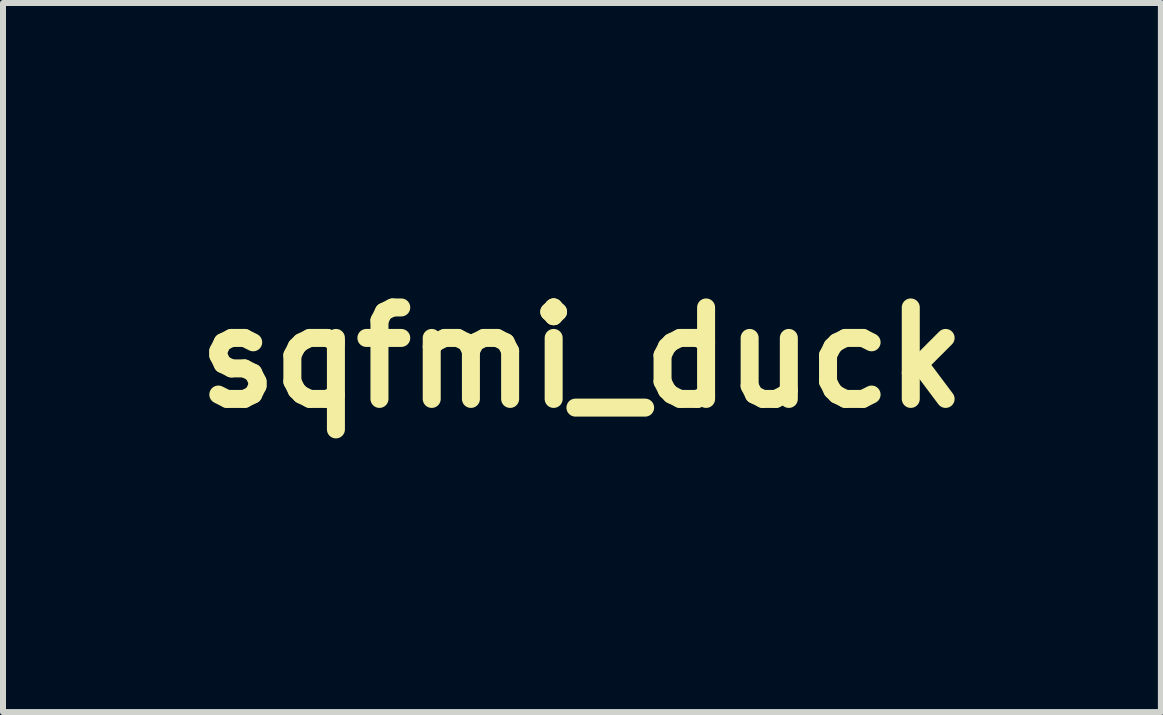
<source format=kicad_pcb>
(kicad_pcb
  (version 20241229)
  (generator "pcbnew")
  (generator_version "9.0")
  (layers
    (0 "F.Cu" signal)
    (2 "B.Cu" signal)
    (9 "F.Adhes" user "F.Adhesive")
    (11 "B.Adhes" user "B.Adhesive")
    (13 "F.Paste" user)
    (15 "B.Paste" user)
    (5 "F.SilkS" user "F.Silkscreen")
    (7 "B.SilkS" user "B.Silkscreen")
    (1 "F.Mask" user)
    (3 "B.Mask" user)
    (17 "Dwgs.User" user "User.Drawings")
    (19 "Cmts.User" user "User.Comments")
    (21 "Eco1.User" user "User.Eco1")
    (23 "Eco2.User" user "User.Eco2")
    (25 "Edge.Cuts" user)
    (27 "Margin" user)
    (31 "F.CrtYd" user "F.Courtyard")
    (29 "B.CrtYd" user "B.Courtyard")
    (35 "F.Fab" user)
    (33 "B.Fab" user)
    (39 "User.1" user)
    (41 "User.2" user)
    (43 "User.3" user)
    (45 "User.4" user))
  (footprint "sqfmi_duck"
    (layer "F.Cu")
    (at 6.648 2.908)
    (property "Reference" "sqfmi_duck" (at 0 0 0) (layer "F.SilkS") (effects (font (size 1.524 1.524) (thickness 0.3))))
    (attr through_hole)
    (fp_poly (pts (xy -2.359 0.907) (xy -2.359 -0.181) (xy -2.177 -0.181) (xy -2.177 0.907) (xy -2.359 0.907)) (stroke (width 0.01) (type solid)) (fill yes) (layer "F.Mask"))
    (fp_poly (pts (xy -2.177 -0.544) (xy -1.996 -0.544) (xy -1.996 -0.181) (xy -2.177 -0.181) (xy -2.177 -0.544)) (stroke (width 0.01) (type solid)) (fill yes) (layer "F.Mask"))
    (fp_poly (pts (xy -2.177 1.089) (xy -2.177 0.907) (xy -1.996 0.907) (xy -1.996 1.089) (xy -2.177 1.089)) (stroke (width 0.01) (type solid)) (fill yes) (layer "F.Mask"))
    (fp_poly (pts (xy -1.996 -0.726) (xy -1.814 -0.726) (xy -1.814 -0.544) (xy -1.996 -0.544) (xy -1.996 -0.726)) (stroke (width 0.01) (type solid)) (fill yes) (layer "F.Mask"))
    (fp_poly (pts (xy -1.996 1.27) (xy -1.996 1.089) (xy -1.814 1.089) (xy -1.814 1.27) (xy -1.996 1.27)) (stroke (width 0.01) (type solid)) (fill yes) (layer "F.Mask"))
    (fp_poly (pts (xy -1.814 -1.633) (xy -1.633 -1.633) (xy -1.633 -0.726) (xy -1.814 -0.726) (xy -1.814 -1.633)) (stroke (width 0.01) (type solid)) (fill yes) (layer "F.Mask"))
    (fp_poly (pts (xy -1.814 1.451) (xy -1.814 1.27) (xy -1.633 1.27) (xy -1.633 1.451) (xy -1.814 1.451)) (stroke (width 0.01) (type solid)) (fill yes) (layer "F.Mask"))
    (fp_poly (pts (xy -1.633 -2.177) (xy -1.451 -2.177) (xy -1.451 -1.633) (xy -1.633 -1.633) (xy -1.633 -2.177)) (stroke (width 0.01) (type solid)) (fill yes) (layer "F.Mask"))
    (fp_poly (pts (xy -1.451 -2.359) (xy -1.27 -2.359) (xy -1.27 -2.177) (xy -1.451 -2.177) (xy -1.451 -2.359)) (stroke (width 0.01) (type solid)) (fill yes) (layer "F.Mask"))
    (fp_poly (pts (xy -1.27 -2.54) (xy -1.089 -2.54) (xy -1.089 -2.359) (xy -1.27 -2.359) (xy -1.27 -2.54)) (stroke (width 0.01) (type solid)) (fill yes) (layer "F.Mask"))
    (fp_poly (pts (xy -1.089 -2.721) (xy -0.907 -2.721) (xy -0.907 -2.54) (xy -1.089 -2.54) (xy -1.089 -2.721)) (stroke (width 0.01) (type solid)) (fill yes) (layer "F.Mask"))
    (fp_poly (pts (xy -0.907 -2.903) (xy 0.907 -2.903) (xy 0.907 -2.721) (xy -0.907 -2.721) (xy -0.907 -2.903)) (stroke (width 0.01) (type solid)) (fill yes) (layer "F.Mask"))
    (fp_poly (pts (xy -0.907 0) (xy -0.726 0) (xy -0.726 0.544) (xy -0.907 0.544) (xy -0.907 0)) (stroke (width 0.01) (type solid)) (fill yes) (layer "F.Mask"))
    (fp_poly (pts (xy -0.907 1.27) (xy -1.089 1.27) (xy -1.089 0.544) (xy -0.907 0.544) (xy -0.907 1.27)) (stroke (width 0.01) (type solid)) (fill yes) (layer "F.Mask"))
    (fp_poly (pts (xy -0.907 2.721) (xy -0.907 2.54) (xy -0.726 2.54) (xy -0.726 2.721) (xy -0.907 2.721)) (stroke (width 0.01) (type solid)) (fill yes) (layer "F.Mask"))
    (fp_poly (pts (xy -0.726 -0.181) (xy -0.544 -0.181) (xy -0.544 0) (xy -0.726 0) (xy -0.726 -0.181)) (stroke (width 0.01) (type solid)) (fill yes) (layer "F.Mask"))
    (fp_poly (pts (xy -0.544 -0.363) (xy 0.544 -0.363) (xy 0.544 -0.181) (xy -0.544 -0.181) (xy -0.544 -0.363)) (stroke (width 0.01) (type solid)) (fill yes) (layer "F.Mask"))
    (fp_poly (pts (xy 0.544 0) (xy 0.544 -0.181) (xy 0.726 -0.181) (xy 0.726 0) (xy 0.544 0)) (stroke (width 0.01) (type solid)) (fill yes) (layer "F.Mask"))
    (fp_poly (pts (xy 0.726 0.544) (xy 0.726 0) (xy 0.907 0) (xy 0.907 0.544) (xy 0.726 0.544)) (stroke (width 0.01) (type solid)) (fill yes) (layer "F.Mask"))
    (fp_poly (pts (xy 0.726 2.903) (xy -0.726 2.903) (xy -0.726 2.721) (xy 0.726 2.721) (xy 0.726 2.903)) (stroke (width 0.01) (type solid)) (fill yes) (layer "F.Mask"))
    (fp_poly (pts (xy 0.907 -2.54) (xy 0.907 -2.721) (xy 1.089 -2.721) (xy 1.089 -2.54) (xy 0.907 -2.54)) (stroke (width 0.01) (type solid)) (fill yes) (layer "F.Mask"))
    (fp_poly (pts (xy 0.907 2.721) (xy 0.726 2.721) (xy 0.726 2.54) (xy 0.907 2.54) (xy 0.907 2.721)) (stroke (width 0.01) (type solid)) (fill yes) (layer "F.Mask"))
    (fp_poly (pts (xy 1.089 0.544) (xy 1.089 1.27) (xy 0.907 1.27) (xy 0.907 0.544) (xy 1.089 0.544)) (stroke (width 0.01) (type solid)) (fill yes) (layer "F.Mask"))
    (fp_poly (pts (xy 1.089 2.54) (xy 0.907 2.54) (xy 0.907 2.359) (xy 1.089 2.359) (xy 1.089 2.54)) (stroke (width 0.01) (type solid)) (fill yes) (layer "F.Mask"))
    (fp_poly (pts (xy 1.27 -2.54) (xy 1.27 -2.359) (xy 1.089 -2.359) (xy 1.089 -2.54) (xy 1.27 -2.54)) (stroke (width 0.01) (type solid)) (fill yes) (layer "F.Mask"))
    (fp_poly (pts (xy 1.451 -2.359) (xy 1.451 -2.177) (xy 1.27 -2.177) (xy 1.27 -2.359) (xy 1.451 -2.359)) (stroke (width 0.01) (type solid)) (fill yes) (layer "F.Mask"))
    (fp_poly (pts (xy 1.633 -2.177) (xy 1.633 -1.633) (xy 1.451 -1.633) (xy 1.451 -2.177) (xy 1.633 -2.177)) (stroke (width 0.01) (type solid)) (fill yes) (layer "F.Mask"))
    (fp_poly (pts (xy 1.814 -1.633) (xy 1.814 -0.726) (xy 1.633 -0.726) (xy 1.633 -1.633) (xy 1.814 -1.633)) (stroke (width 0.01) (type solid)) (fill yes) (layer "F.Mask"))
    (fp_poly (pts (xy 1.814 1.451) (xy 1.633 1.451) (xy 1.633 1.27) (xy 1.814 1.27) (xy 1.814 1.451)) (stroke (width 0.01) (type solid)) (fill yes) (layer "F.Mask"))
    (fp_poly (pts (xy 1.996 -0.726) (xy 1.996 -0.544) (xy 1.814 -0.544) (xy 1.814 -0.726) (xy 1.996 -0.726)) (stroke (width 0.01) (type solid)) (fill yes) (layer "F.Mask"))
    (fp_poly (pts (xy 1.996 1.27) (xy 1.814 1.27) (xy 1.814 1.089) (xy 1.996 1.089) (xy 1.996 1.27)) (stroke (width 0.01) (type solid)) (fill yes) (layer "F.Mask"))
    (fp_poly (pts (xy 2.177 -0.544) (xy 2.177 -0.181) (xy 1.996 -0.181) (xy 1.996 -0.544) (xy 2.177 -0.544)) (stroke (width 0.01) (type solid)) (fill yes) (layer "F.Mask"))
    (fp_poly (pts (xy 2.177 1.089) (xy 1.996 1.089) (xy 1.996 0.907) (xy 2.177 0.907) (xy 2.177 1.089)) (stroke (width 0.01) (type solid)) (fill yes) (layer "F.Mask"))
    (fp_poly (pts (xy 2.359 -0.181) (xy 2.359 0.907) (xy 2.177 0.907) (xy 2.177 -0.181) (xy 2.359 -0.181)) (stroke (width 0.01) (type solid)) (fill yes) (layer "F.Mask"))
    (fp_poly (pts (xy -0.363 0.363) (xy -0.181 0.363) (xy -0.181 0.544) (xy -0.544 0.544) (xy -0.544 0.181) (xy -0.363 0.181) (xy -0.363 0.363)) (stroke (width 0.01) (type solid)) (fill yes) (layer "F.Mask"))
    (fp_poly (pts (xy 0.544 0.544) (xy 0.181 0.544) (xy 0.181 0.363) (xy 0.363 0.363) (xy 0.363 0.181) (xy 0.544 0.181) (xy 0.544 0.544)) (stroke (width 0.01) (type solid)) (fill yes) (layer "F.Mask"))
    (fp_poly (pts (xy -0.726 -1.089) (xy -0.544 -1.089) (xy -0.544 -0.726) (xy -0.907 -0.726) (xy -0.907 -0.907) (xy -1.089 -0.907) (xy -1.089 -1.27) (xy -0.726 -1.27) (xy -0.726 -1.089)) (stroke (width 0.01) (type solid)) (fill yes) (layer "F.Mask"))
    (fp_poly (pts (xy 1.089 -0.907) (xy 0.907 -0.907) (xy 0.907 -0.726) (xy 0.544 -0.726) (xy 0.544 -1.089) (xy 0.726 -1.089) (xy 0.726 -1.27) (xy 1.089 -1.27) (xy 1.089 -0.907)) (stroke (width 0.01) (type solid)) (fill yes) (layer "F.Mask"))
    (fp_poly (pts (xy 1.633 1.633) (xy 1.27 1.633) (xy 1.27 2.359) (xy 1.089 2.359) (xy 1.089 1.27) (xy 1.27 1.27) (xy 1.27 1.451) (xy 1.633 1.451) (xy 1.633 1.633)) (stroke (width 0.01) (type solid)) (fill yes) (layer "F.Mask"))
    (fp_poly (pts (xy -1.089 2.54) (xy -1.089 2.359) (xy -1.27 2.359) (xy -1.27 1.633) (xy -1.633 1.633) (xy -1.633 1.451) (xy -1.27 1.451) (xy -1.27 1.27) (xy -1.089 1.27) (xy -1.089 2.177) (xy -0.907 2.177) (xy -0.907 2.54) (xy -1.089 2.54)) (stroke (width 0.01) (type solid)) (fill yes) (layer "F.Mask")))
  (gr_rect
    (start -3 -3)
    (end 16.295 8.816)
    (stroke (width 0.1) (type default))
    (fill no)
    (layer "Edge.Cuts")))
</source>
